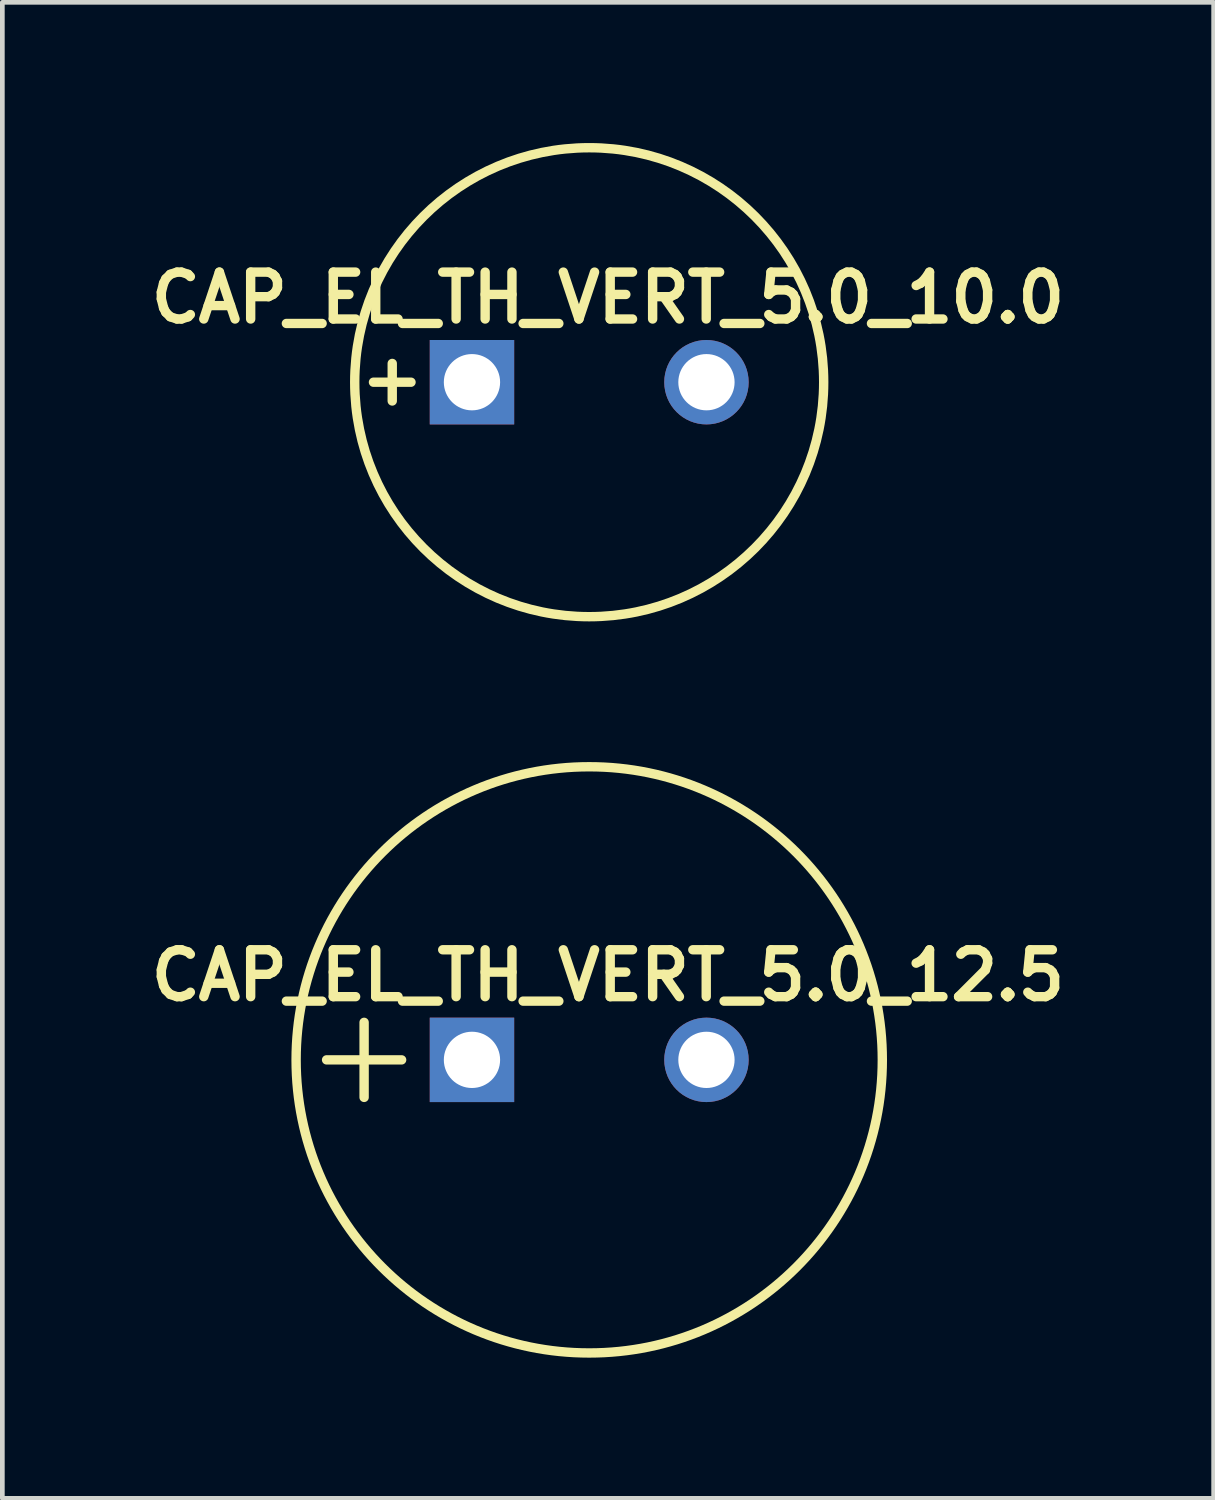
<source format=kicad_pcb>
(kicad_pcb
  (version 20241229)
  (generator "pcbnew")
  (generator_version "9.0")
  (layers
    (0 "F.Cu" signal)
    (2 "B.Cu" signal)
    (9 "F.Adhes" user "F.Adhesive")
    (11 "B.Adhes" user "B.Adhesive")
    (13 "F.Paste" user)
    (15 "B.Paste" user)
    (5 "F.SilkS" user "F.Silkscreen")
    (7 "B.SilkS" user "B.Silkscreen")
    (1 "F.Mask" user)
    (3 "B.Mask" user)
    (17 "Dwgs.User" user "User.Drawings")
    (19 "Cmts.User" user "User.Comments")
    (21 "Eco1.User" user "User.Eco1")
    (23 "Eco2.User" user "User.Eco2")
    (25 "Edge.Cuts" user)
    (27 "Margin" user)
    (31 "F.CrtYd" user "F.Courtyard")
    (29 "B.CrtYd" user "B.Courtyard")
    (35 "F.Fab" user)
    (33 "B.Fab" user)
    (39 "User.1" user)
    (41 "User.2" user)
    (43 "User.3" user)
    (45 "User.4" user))
  (footprint "CAP_EL_TH_VERT_5.0_10.0"
    (layer "F.Cu")
    (at 9.514 5.1)
    (property "Reference" "CAP_EL_TH_VERT_5.0_10.0" (at 0.4 -1.8 0) (layer "F.SilkS") (effects (font (size 1 1) (thickness 0.2))))
    (attr through_hole)
    (fp_line (start -4.6 0) (end -3.8 0) (stroke (width 0.2) (type solid)) (layer "F.SilkS"))
    (fp_line (start -4.2 -0.4) (end -4.2 0.4) (stroke (width 0.2) (type solid)) (layer "F.SilkS"))
    (fp_circle (center 0 0) (end 5 0) (stroke (width 0.2) (type solid)) (fill no) (layer "F.SilkS"))
    (pad "1" thru_hole rect (at -2.5 0) (size 1.8 1.8) (drill 1.2) (layers "*.Cu" "*.Mask"))
    (pad "2" thru_hole circle (at 2.5 0) (size 1.8 1.8) (drill 1.2) (layers "*.Cu" "*.Mask")))
  (footprint "CAP_EL_TH_VERT_5.0_12.5"
    (layer "F.Cu")
    (at 9.514 19.55)
    (property "Reference" "CAP_EL_TH_VERT_5.0_12.5" (at 0.4 -1.8 0) (layer "F.SilkS") (effects (font (size 1 1) (thickness 0.2))))
    (attr through_hole)
    (fp_line (start -5.6 0) (end -4 0) (stroke (width 0.2) (type solid)) (layer "F.SilkS"))
    (fp_line (start -4.8 -0.8) (end -4.8 0.8) (stroke (width 0.2) (type solid)) (layer "F.SilkS"))
    (fp_circle (center 0 0) (end 6.25 0) (stroke (width 0.2) (type solid)) (fill no) (layer "F.SilkS"))
    (pad "1" thru_hole rect (at -2.5 0) (size 1.8 1.8) (drill 1.2) (layers "*.Cu" "*.Mask"))
    (pad "2" thru_hole circle (at 2.5 0) (size 1.8 1.8) (drill 1.2) (layers "*.Cu" "*.Mask")))
  (gr_rect
    (start -3 -3)
    (end 22.829 28.9)
    (stroke (width 0.1) (type default))
    (fill no)
    (layer "Edge.Cuts")))
</source>
